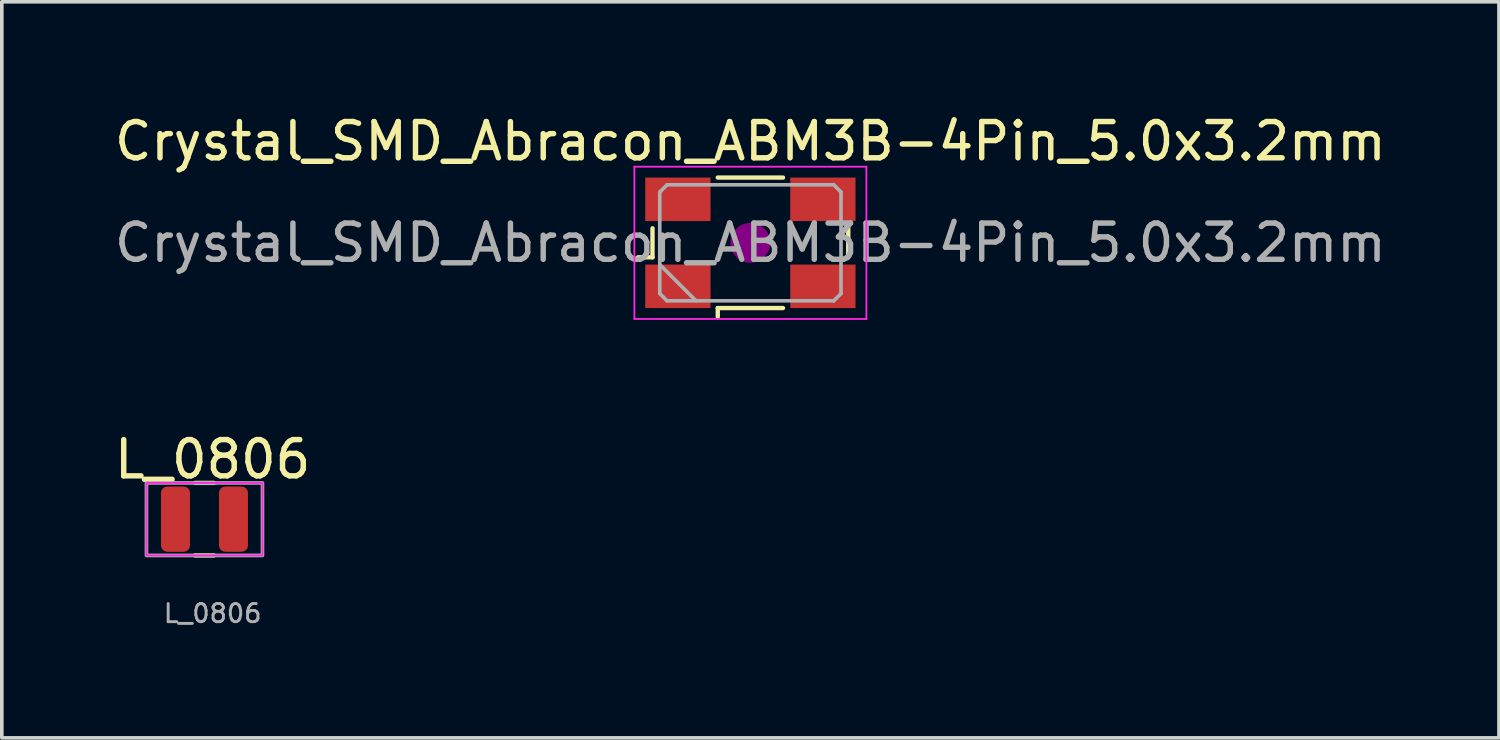
<source format=kicad_pcb>
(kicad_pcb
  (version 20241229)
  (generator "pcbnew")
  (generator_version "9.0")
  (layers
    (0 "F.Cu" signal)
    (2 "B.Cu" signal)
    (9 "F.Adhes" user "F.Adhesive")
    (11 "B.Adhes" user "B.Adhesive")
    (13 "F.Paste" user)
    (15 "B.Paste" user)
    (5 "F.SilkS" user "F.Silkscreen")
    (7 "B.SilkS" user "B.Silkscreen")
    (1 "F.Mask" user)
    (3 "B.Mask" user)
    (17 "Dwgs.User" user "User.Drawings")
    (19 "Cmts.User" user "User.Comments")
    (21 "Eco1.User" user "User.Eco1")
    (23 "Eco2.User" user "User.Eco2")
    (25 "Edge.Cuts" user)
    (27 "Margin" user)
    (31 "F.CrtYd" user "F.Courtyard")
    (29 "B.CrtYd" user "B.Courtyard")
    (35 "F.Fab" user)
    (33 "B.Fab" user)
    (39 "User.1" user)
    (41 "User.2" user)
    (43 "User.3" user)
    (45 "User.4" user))
  (footprint "L_0806"
    (layer "F.Cu")
    (at 1.79 11.271)
    (property "Reference" "L_0806" (at 1.025 -1.65 0) (layer "F.SilkS") (effects (font (size 1 1) (thickness 0.15))))
    (attr smd)
    (fp_line (start 0.539 -1) (end 1.061 -1) (stroke (width 0.12) (type solid)) (layer "F.SilkS"))
    (fp_line (start 0.539 1) (end 1.061 1) (stroke (width 0.12) (type solid)) (layer "F.SilkS"))
    (fp_rect (start -0.8 -1) (end 2.4 1) (stroke (width 0.05) (type default)) (fill no) (layer "F.CrtYd"))
    (fp_rect (start -0.8 -1) (end 2.4 1) (stroke (width 0.1) (type default)) (fill no) (layer "F.Fab"))
    (fp_text user "${REFERENCE}" (at 1.025 2.6 0) (layer "F.Fab") (effects (font (size 0.5 0.5) (thickness 0.08))))
    (pad "1" smd roundrect (at 1.6 0) (size 0.8 1.8) (layers "F.Cu" "F.Mask" "F.Paste") (roundrect_rratio 0.217))
    (pad "2" smd roundrect (at 0 0) (size 0.8 1.8) (layers "F.Cu" "F.Mask" "F.Paste") (roundrect_rratio 0.217)))
  (footprint "Crystal_SMD_Abracon_ABM3B-4Pin_5.0x3.2mm"
    (layer "F.Cu")
    (at 17.649 3.648)
    (property "Reference" "Crystal_SMD_Abracon_ABM3B-4Pin_5.0x3.2mm" (at 0 -2.8 0) (layer "F.SilkS") (effects (font (size 1 1) (thickness 0.15))))
    (attr smd)
    (fp_line (start -3.1 0.4) (end -2.7 0.4) (stroke (width 0.12) (type solid)) (layer "F.SilkS"))
    (fp_line (start -2.7 0.4) (end -2.7 -0.4) (stroke (width 0.12) (type solid)) (layer "F.SilkS"))
    (fp_line (start -0.9 -1.8) (end 0.9 -1.8) (stroke (width 0.12) (type solid)) (layer "F.SilkS"))
    (fp_line (start -0.9 1.8) (end -0.9 2.04) (stroke (width 0.12) (type solid)) (layer "F.SilkS"))
    (fp_line (start 0.9 1.8) (end -0.9 1.8) (stroke (width 0.12) (type solid)) (layer "F.SilkS"))
    (fp_line (start 2.7 -0.4) (end 2.7 0.4) (stroke (width 0.12) (type solid)) (layer "F.SilkS"))
    (fp_circle (center 0 0) (end 0.117 0) (stroke (width 0.233) (type solid)) (fill no) (layer "F.Adhes"))
    (fp_circle (center 0 0) (end 0.267 0) (stroke (width 0.167) (type solid)) (fill no) (layer "F.Adhes"))
    (fp_circle (center 0 0) (end 0.417 0) (stroke (width 0.167) (type solid)) (fill no) (layer "F.Adhes"))
    (fp_circle (center 0 0) (end 0.5 0) (stroke (width 0.1) (type solid)) (fill no) (layer "F.Adhes"))
    (fp_line (start -3.2 -2.1) (end -3.2 2.1) (stroke (width 0.05) (type solid)) (layer "F.CrtYd"))
    (fp_line (start -3.2 2.1) (end 3.2 2.1) (stroke (width 0.05) (type solid)) (layer "F.CrtYd"))
    (fp_line (start 3.2 -2.1) (end -3.2 -2.1) (stroke (width 0.05) (type solid)) (layer "F.CrtYd"))
    (fp_line (start 3.2 2.1) (end 3.2 -2.1) (stroke (width 0.05) (type solid)) (layer "F.CrtYd"))
    (fp_line (start -2.5 -1.4) (end -2.3 -1.6) (stroke (width 0.1) (type solid)) (layer "F.Fab"))
    (fp_line (start -2.5 0.6) (end -1.5 1.6) (stroke (width 0.1) (type solid)) (layer "F.Fab"))
    (fp_line (start -2.5 1.4) (end -2.5 -1.4) (stroke (width 0.1) (type solid)) (layer "F.Fab"))
    (fp_line (start -2.3 -1.6) (end 2.3 -1.6) (stroke (width 0.1) (type solid)) (layer "F.Fab"))
    (fp_line (start -2.3 1.6) (end -2.5 1.4) (stroke (width 0.1) (type solid)) (layer "F.Fab"))
    (fp_line (start 2.3 -1.6) (end 2.5 -1.4) (stroke (width 0.1) (type solid)) (layer "F.Fab"))
    (fp_line (start 2.3 1.6) (end -2.3 1.6) (stroke (width 0.1) (type solid)) (layer "F.Fab"))
    (fp_line (start 2.5 -1.4) (end 2.5 1.4) (stroke (width 0.1) (type solid)) (layer "F.Fab"))
    (fp_line (start 2.5 1.4) (end 2.3 1.6) (stroke (width 0.1) (type solid)) (layer "F.Fab"))
    (fp_text user "${REFERENCE}" (at 0 0 0) (layer "F.Fab") (effects (font (size 1 1) (thickness 0.15))))
    (pad "1" smd rect (at -2 1.2) (size 1.8 1.2) (layers "F.Cu" "F.Mask" "F.Paste"))
    (pad "2" smd rect (at 2 1.2) (size 1.8 1.2) (layers "F.Cu" "F.Mask" "F.Paste"))
    (pad "3" smd rect (at 2 -1.2) (size 1.8 1.2) (layers "F.Cu" "F.Mask" "F.Paste"))
    (pad "4" smd rect (at -2 -1.2) (size 1.8 1.2) (layers "F.Cu" "F.Mask" "F.Paste")))
  (gr_rect
    (start -3 -3)
    (end 38.298 17.304)
    (stroke (width 0.1) (type default))
    (fill no)
    (layer "Edge.Cuts")))
</source>
